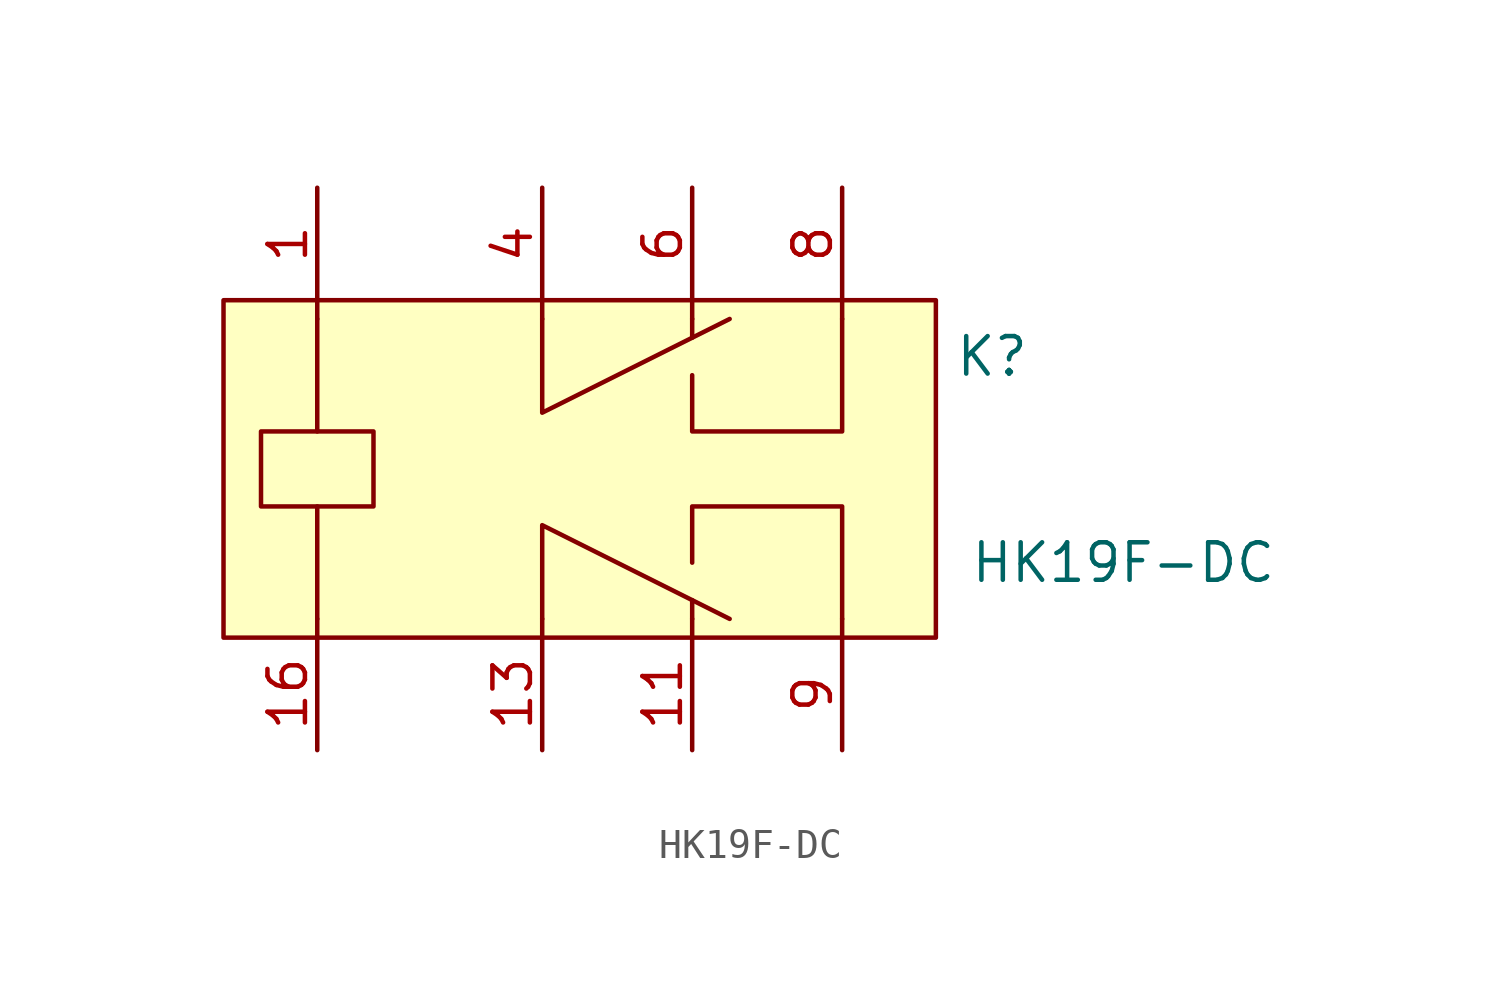
<source format=kicad_sym>
(kicad_symbol_lib
  (version 20231120)
  (generator "kicad_symbol_editor")
  (generator_version "8.0")
  (symbol "HK19F-DC"
    (pin_names
      (offset 0) hide)
    (property "Reference" "K"
      (at 22.86 3.81 0)
      (effects (font (size 1.27 1.27))))
    (property "Value" "HK19F-DC"
      (at 27.305 -3.175 0)
      (effects (font (size 1.27 1.27))))
    (symbol "HK19F-DC_0_1"
      (polyline (pts (xy 0 -5.715) (xy 0 -5.08)) (stroke (width 0) (type solid)) (fill (type none)))
      (polyline (pts (xy 0 -5.08) (xy 0 -1.27)) (stroke (width 0) (type solid)) (fill (type none)))
      (polyline (pts (xy 0 1.27) (xy 0 5.08)) (stroke (width 0) (type solid)) (fill (type none)))
      (polyline (pts (xy 0 5.08) (xy 0 5.715)) (stroke (width 0) (type solid)) (fill (type none)))
      (polyline (pts (xy 7.62 -5.08) (xy 7.62 -5.715)) (stroke (width 0) (type solid)) (fill (type none)))
      (polyline (pts (xy 7.62 5.08) (xy 7.62 5.715)) (stroke (width 0) (type solid)) (fill (type none)))
      (polyline (pts (xy 12.7 -5.08) (xy 12.7 -5.715)) (stroke (width 0) (type solid)) (fill (type none)))
      (polyline (pts (xy 12.7 -5.08) (xy 12.7 -4.445)) (stroke (width 0) (type solid)) (fill (type none)))
      (polyline (pts (xy 12.7 5.08) (xy 12.7 4.445)) (stroke (width 0) (type solid)) (fill (type none)))
      (polyline (pts (xy 12.7 5.08) (xy 12.7 5.715)) (stroke (width 0) (type solid)) (fill (type none)))
      (polyline (pts (xy 17.78 -5.08) (xy 17.78 -5.715)) (stroke (width 0) (type solid)) (fill (type none)))
      (polyline (pts (xy 17.78 5.08) (xy 17.78 5.715)) (stroke (width 0) (type solid)) (fill (type none)))
      (polyline (pts (xy 13.97 -5.08) (xy 7.62 -1.905) (xy 7.62 -5.08)) (stroke (width 0) (type solid)) (fill (type none)))
      (polyline (pts (xy 13.97 5.08) (xy 7.62 1.905) (xy 7.62 5.08)) (stroke (width 0) (type solid)) (fill (type none)))
      (polyline (pts (xy 12.7 -3.175) (xy 12.7 -1.27) (xy 17.78 -1.27) (xy 17.78 -5.08)) (stroke (width 0) (type solid)) (fill (type none)))
      (polyline (pts (xy 17.78 5.08) (xy 17.78 1.27) (xy 12.7 1.27) (xy 12.7 3.175)) (stroke (width 0) (type solid)) (fill (type none)))
      (rectangle (start 1.905 1.27) (end -1.905 -1.27) (stroke (width 0) (type solid)) (fill (type none)))
      (rectangle (start 20.955 5.715) (end -3.175 -5.715) (stroke (width 0) (type solid)) (fill (type background))))
    (symbol "HK19F-DC_1_1"
      (pin power_in line (at 0 9.525 270) (length 3.81) (name "~" (effects (font (size 1.27 1.27)))) (number "1" (effects (font (size 1.27 1.27)))))
      (pin input line (at 12.7 -9.525 90) (length 3.81) (name "NC_2" (effects (font (size 1.27 1.27)))) (number "11" (effects (font (size 1.27 1.27)))))
      (pin passive line (at 7.62 -9.525 90) (length 3.81) (name "COM_2" (effects (font (size 1.27 1.27)))) (number "13" (effects (font (size 1.27 1.27)))))
      (pin passive line (at 0 -9.525 90) (length 3.81) (name "~" (effects (font (size 1.27 1.27)))) (number "16" (effects (font (size 1.27 1.27)))))
      (pin power_in line (at 7.62 9.525 270) (length 3.81) (name "COM_1" (effects (font (size 1.27 1.27)))) (number "4" (effects (font (size 1.27 1.27)))))
      (pin input line (at 12.7 9.525 270) (length 3.81) (name "NC_1" (effects (font (size 1.27 1.27)))) (number "6" (effects (font (size 1.27 1.27)))))
      (pin power_out line (at 17.78 9.525 270) (length 3.81) (name "NO_1" (effects (font (size 1.27 1.27)))) (number "8" (effects (font (size 1.27 1.27)))))
      (pin input line (at 17.78 -9.525 90) (length 3.81) (name "NO_2" (effects (font (size 1.27 1.27)))) (number "9" (effects (font (size 1.27 1.27))))))))
</source>
